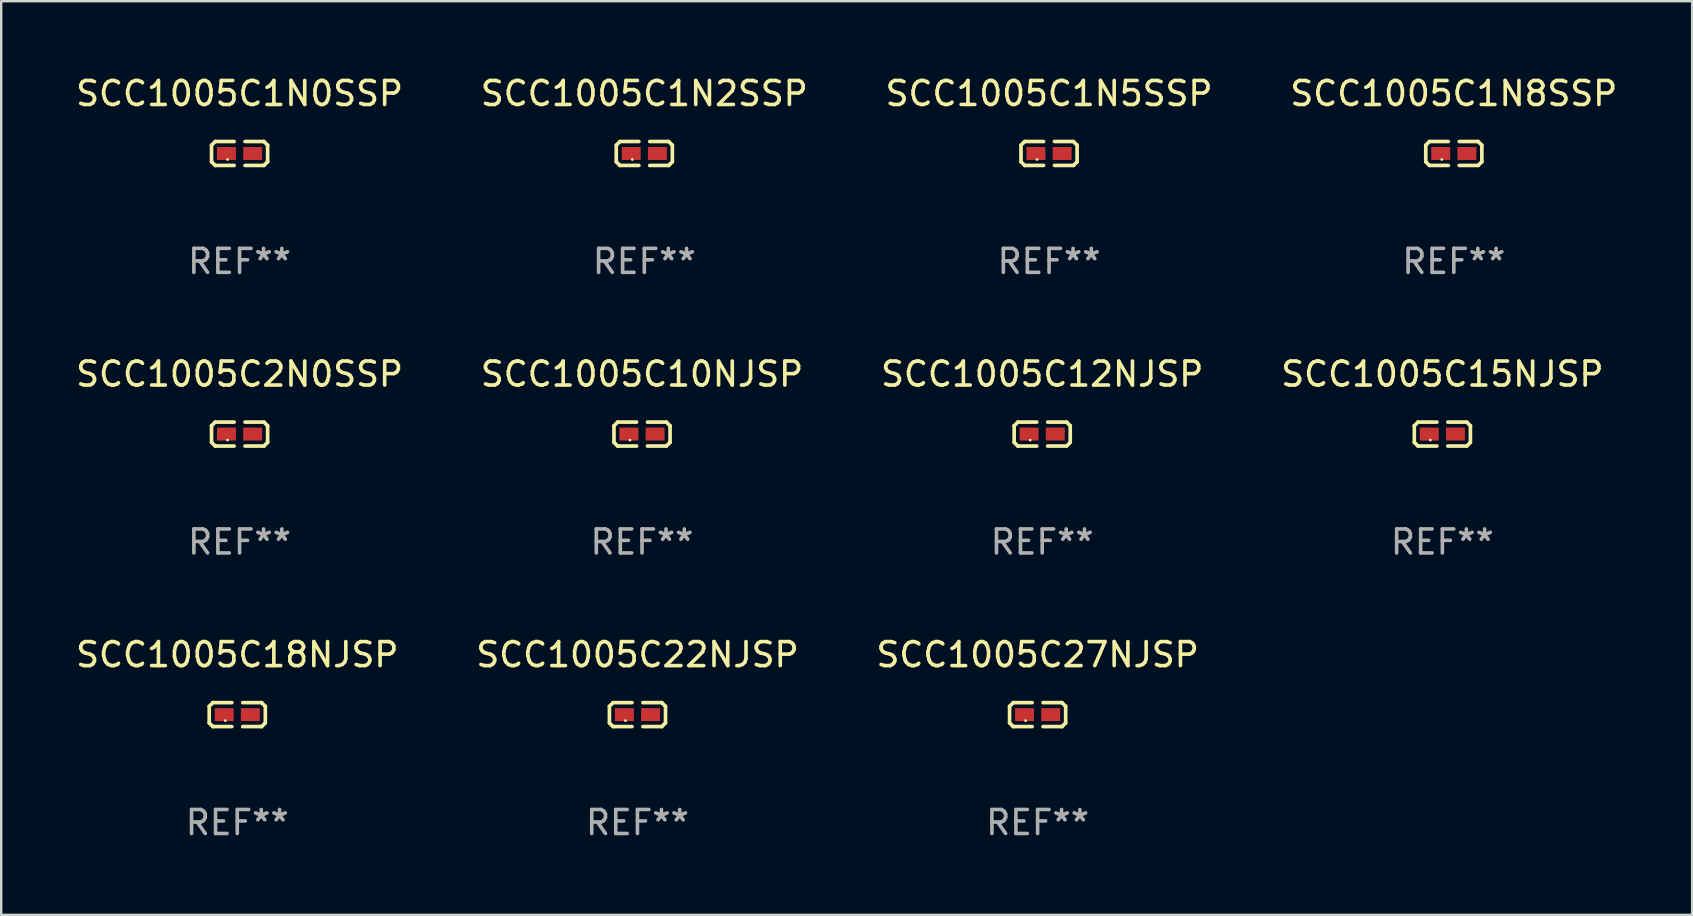
<source format=kicad_pcb>
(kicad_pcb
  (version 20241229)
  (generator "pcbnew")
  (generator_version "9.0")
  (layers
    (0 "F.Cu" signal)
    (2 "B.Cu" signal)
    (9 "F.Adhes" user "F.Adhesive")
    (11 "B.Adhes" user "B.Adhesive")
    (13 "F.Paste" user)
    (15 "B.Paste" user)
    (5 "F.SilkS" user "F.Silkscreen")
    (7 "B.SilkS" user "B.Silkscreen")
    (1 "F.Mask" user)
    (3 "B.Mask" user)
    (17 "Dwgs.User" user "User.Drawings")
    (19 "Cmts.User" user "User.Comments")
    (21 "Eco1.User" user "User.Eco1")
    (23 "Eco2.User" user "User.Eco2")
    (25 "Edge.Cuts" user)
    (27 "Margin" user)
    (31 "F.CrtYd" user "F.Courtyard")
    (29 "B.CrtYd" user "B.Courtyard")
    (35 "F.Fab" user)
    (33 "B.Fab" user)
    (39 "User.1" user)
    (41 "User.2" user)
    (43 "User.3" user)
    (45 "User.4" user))
  (footprint "SCC1005C10NJSP"
    (layer "F.Cu")
    (at 23.708 15.041)
    (property "Reference" "SCC1005C10NJSP" (at 0 -2.499 0) (layer "F.SilkS") (effects (font (size 1 1) (thickness 0.15))))
    (attr through_hole)
    (fp_line (start -1.169 -0.346) (end -1.016 -0.499) (stroke (width 0.152) (type solid)) (layer "F.SilkS"))
    (fp_line (start -1.169 0.346) (end -1.169 -0.346) (stroke (width 0.152) (type solid)) (layer "F.SilkS"))
    (fp_line (start -1.016 -0.499) (end -0.226 -0.499) (stroke (width 0.152) (type solid)) (layer "F.SilkS"))
    (fp_line (start -1.016 0.499) (end -1.169 0.346) (stroke (width 0.152) (type solid)) (layer "F.SilkS"))
    (fp_line (start -0.226 0.499) (end -1.016 0.499) (stroke (width 0.152) (type solid)) (layer "F.SilkS"))
    (fp_line (start 0.226 0.499) (end 1.016 0.499) (stroke (width 0.152) (type solid)) (layer "F.SilkS"))
    (fp_line (start 1.016 -0.499) (end 0.226 -0.499) (stroke (width 0.152) (type solid)) (layer "F.SilkS"))
    (fp_line (start 1.016 0.499) (end 1.169 0.346) (stroke (width 0.152) (type solid)) (layer "F.SilkS"))
    (fp_line (start 1.169 -0.346) (end 1.016 -0.499) (stroke (width 0.152) (type solid)) (layer "F.SilkS"))
    (fp_line (start 1.169 0.346) (end 1.169 -0.346) (stroke (width 0.152) (type solid)) (layer "F.SilkS"))
    (fp_circle (center -0.5 0.25) (end -0.47 0.25) (stroke (width 0.06) (type solid)) (fill no) (layer "F.SilkS"))
    (fp_text user "REF**" (at 0 4.499 0) (layer "F.Fab") (effects (font (size 1 1) (thickness 0.15))))
    (pad "1" smd rect (at -0.545 0) (size 0.79 0.54) (layers "F.Cu" "F.Mask" "F.Paste"))
    (pad "2" smd rect (at 0.545 0) (size 0.79 0.54) (layers "F.Cu" "F.Mask" "F.Paste")))
  (footprint "SCC1005C15NJSP"
    (layer "F.Cu")
    (at 57.065 15.041)
    (property "Reference" "SCC1005C15NJSP" (at 0 -2.499 0) (layer "F.SilkS") (effects (font (size 1 1) (thickness 0.15))))
    (attr through_hole)
    (fp_line (start -1.169 -0.346) (end -1.016 -0.499) (stroke (width 0.152) (type solid)) (layer "F.SilkS"))
    (fp_line (start -1.169 0.346) (end -1.169 -0.346) (stroke (width 0.152) (type solid)) (layer "F.SilkS"))
    (fp_line (start -1.016 -0.499) (end -0.226 -0.499) (stroke (width 0.152) (type solid)) (layer "F.SilkS"))
    (fp_line (start -1.016 0.499) (end -1.169 0.346) (stroke (width 0.152) (type solid)) (layer "F.SilkS"))
    (fp_line (start -0.226 0.499) (end -1.016 0.499) (stroke (width 0.152) (type solid)) (layer "F.SilkS"))
    (fp_line (start 0.226 0.499) (end 1.016 0.499) (stroke (width 0.152) (type solid)) (layer "F.SilkS"))
    (fp_line (start 1.016 -0.499) (end 0.226 -0.499) (stroke (width 0.152) (type solid)) (layer "F.SilkS"))
    (fp_line (start 1.016 0.499) (end 1.169 0.346) (stroke (width 0.152) (type solid)) (layer "F.SilkS"))
    (fp_line (start 1.169 -0.346) (end 1.016 -0.499) (stroke (width 0.152) (type solid)) (layer "F.SilkS"))
    (fp_line (start 1.169 0.346) (end 1.169 -0.346) (stroke (width 0.152) (type solid)) (layer "F.SilkS"))
    (fp_circle (center -0.5 0.25) (end -0.47 0.25) (stroke (width 0.06) (type solid)) (fill no) (layer "F.SilkS"))
    (fp_text user "REF**" (at 0 4.499 0) (layer "F.Fab") (effects (font (size 1 1) (thickness 0.15))))
    (pad "1" smd rect (at -0.545 0) (size 0.79 0.54) (layers "F.Cu" "F.Mask" "F.Paste"))
    (pad "2" smd rect (at 0.545 0) (size 0.79 0.54) (layers "F.Cu" "F.Mask" "F.Paste")))
  (footprint "SCC1005C1N0SSP"
    (layer "F.Cu")
    (at 6.935 3.347)
    (property "Reference" "SCC1005C1N0SSP" (at 0 -2.499 0) (layer "F.SilkS") (effects (font (size 1 1) (thickness 0.15))))
    (attr through_hole)
    (fp_line (start -1.169 -0.346) (end -1.016 -0.499) (stroke (width 0.152) (type solid)) (layer "F.SilkS"))
    (fp_line (start -1.169 0.346) (end -1.169 -0.346) (stroke (width 0.152) (type solid)) (layer "F.SilkS"))
    (fp_line (start -1.016 -0.499) (end -0.226 -0.499) (stroke (width 0.152) (type solid)) (layer "F.SilkS"))
    (fp_line (start -1.016 0.499) (end -1.169 0.346) (stroke (width 0.152) (type solid)) (layer "F.SilkS"))
    (fp_line (start -0.226 0.499) (end -1.016 0.499) (stroke (width 0.152) (type solid)) (layer "F.SilkS"))
    (fp_line (start 0.226 0.499) (end 1.016 0.499) (stroke (width 0.152) (type solid)) (layer "F.SilkS"))
    (fp_line (start 1.016 -0.499) (end 0.226 -0.499) (stroke (width 0.152) (type solid)) (layer "F.SilkS"))
    (fp_line (start 1.016 0.499) (end 1.169 0.346) (stroke (width 0.152) (type solid)) (layer "F.SilkS"))
    (fp_line (start 1.169 -0.346) (end 1.016 -0.499) (stroke (width 0.152) (type solid)) (layer "F.SilkS"))
    (fp_line (start 1.169 0.346) (end 1.169 -0.346) (stroke (width 0.152) (type solid)) (layer "F.SilkS"))
    (fp_circle (center -0.5 0.25) (end -0.47 0.25) (stroke (width 0.06) (type solid)) (fill no) (layer "F.SilkS"))
    (fp_text user "REF**" (at 0 4.499 0) (layer "F.Fab") (effects (font (size 1 1) (thickness 0.15))))
    (pad "1" smd rect (at -0.545 0) (size 0.79 0.54) (layers "F.Cu" "F.Mask" "F.Paste"))
    (pad "2" smd rect (at 0.545 0) (size 0.79 0.54) (layers "F.Cu" "F.Mask" "F.Paste")))
  (footprint "SCC1005C1N8SSP"
    (layer "F.Cu")
    (at 57.542 3.347)
    (property "Reference" "SCC1005C1N8SSP" (at 0 -2.499 0) (layer "F.SilkS") (effects (font (size 1 1) (thickness 0.15))))
    (attr through_hole)
    (fp_line (start -1.169 -0.346) (end -1.016 -0.499) (stroke (width 0.152) (type solid)) (layer "F.SilkS"))
    (fp_line (start -1.169 0.346) (end -1.169 -0.346) (stroke (width 0.152) (type solid)) (layer "F.SilkS"))
    (fp_line (start -1.016 -0.499) (end -0.226 -0.499) (stroke (width 0.152) (type solid)) (layer "F.SilkS"))
    (fp_line (start -1.016 0.499) (end -1.169 0.346) (stroke (width 0.152) (type solid)) (layer "F.SilkS"))
    (fp_line (start -0.226 0.499) (end -1.016 0.499) (stroke (width 0.152) (type solid)) (layer "F.SilkS"))
    (fp_line (start 0.226 0.499) (end 1.016 0.499) (stroke (width 0.152) (type solid)) (layer "F.SilkS"))
    (fp_line (start 1.016 -0.499) (end 0.226 -0.499) (stroke (width 0.152) (type solid)) (layer "F.SilkS"))
    (fp_line (start 1.016 0.499) (end 1.169 0.346) (stroke (width 0.152) (type solid)) (layer "F.SilkS"))
    (fp_line (start 1.169 -0.346) (end 1.016 -0.499) (stroke (width 0.152) (type solid)) (layer "F.SilkS"))
    (fp_line (start 1.169 0.346) (end 1.169 -0.346) (stroke (width 0.152) (type solid)) (layer "F.SilkS"))
    (fp_circle (center -0.5 0.25) (end -0.47 0.25) (stroke (width 0.06) (type solid)) (fill no) (layer "F.SilkS"))
    (fp_text user "REF**" (at 0 4.499 0) (layer "F.Fab") (effects (font (size 1 1) (thickness 0.15))))
    (pad "1" smd rect (at -0.545 0) (size 0.79 0.54) (layers "F.Cu" "F.Mask" "F.Paste"))
    (pad "2" smd rect (at 0.545 0) (size 0.79 0.54) (layers "F.Cu" "F.Mask" "F.Paste")))
  (footprint "SCC1005C1N5SSP"
    (layer "F.Cu")
    (at 40.673 3.347)
    (property "Reference" "SCC1005C1N5SSP" (at 0 -2.499 0) (layer "F.SilkS") (effects (font (size 1 1) (thickness 0.15))))
    (attr through_hole)
    (fp_line (start -1.169 -0.346) (end -1.016 -0.499) (stroke (width 0.152) (type solid)) (layer "F.SilkS"))
    (fp_line (start -1.169 0.346) (end -1.169 -0.346) (stroke (width 0.152) (type solid)) (layer "F.SilkS"))
    (fp_line (start -1.016 -0.499) (end -0.226 -0.499) (stroke (width 0.152) (type solid)) (layer "F.SilkS"))
    (fp_line (start -1.016 0.499) (end -1.169 0.346) (stroke (width 0.152) (type solid)) (layer "F.SilkS"))
    (fp_line (start -0.226 0.499) (end -1.016 0.499) (stroke (width 0.152) (type solid)) (layer "F.SilkS"))
    (fp_line (start 0.226 0.499) (end 1.016 0.499) (stroke (width 0.152) (type solid)) (layer "F.SilkS"))
    (fp_line (start 1.016 -0.499) (end 0.226 -0.499) (stroke (width 0.152) (type solid)) (layer "F.SilkS"))
    (fp_line (start 1.016 0.499) (end 1.169 0.346) (stroke (width 0.152) (type solid)) (layer "F.SilkS"))
    (fp_line (start 1.169 -0.346) (end 1.016 -0.499) (stroke (width 0.152) (type solid)) (layer "F.SilkS"))
    (fp_line (start 1.169 0.346) (end 1.169 -0.346) (stroke (width 0.152) (type solid)) (layer "F.SilkS"))
    (fp_circle (center -0.5 0.25) (end -0.47 0.25) (stroke (width 0.06) (type solid)) (fill no) (layer "F.SilkS"))
    (fp_text user "REF**" (at 0 4.499 0) (layer "F.Fab") (effects (font (size 1 1) (thickness 0.15))))
    (pad "1" smd rect (at -0.545 0) (size 0.79 0.54) (layers "F.Cu" "F.Mask" "F.Paste"))
    (pad "2" smd rect (at 0.545 0) (size 0.79 0.54) (layers "F.Cu" "F.Mask" "F.Paste")))
  (footprint "SCC1005C18NJSP"
    (layer "F.Cu")
    (at 6.839 26.734)
    (property "Reference" "SCC1005C18NJSP" (at 0 -2.499 0) (layer "F.SilkS") (effects (font (size 1 1) (thickness 0.15))))
    (attr through_hole)
    (fp_line (start -1.169 -0.346) (end -1.016 -0.499) (stroke (width 0.152) (type solid)) (layer "F.SilkS"))
    (fp_line (start -1.169 0.346) (end -1.169 -0.346) (stroke (width 0.152) (type solid)) (layer "F.SilkS"))
    (fp_line (start -1.016 -0.499) (end -0.226 -0.499) (stroke (width 0.152) (type solid)) (layer "F.SilkS"))
    (fp_line (start -1.016 0.499) (end -1.169 0.346) (stroke (width 0.152) (type solid)) (layer "F.SilkS"))
    (fp_line (start -0.226 0.499) (end -1.016 0.499) (stroke (width 0.152) (type solid)) (layer "F.SilkS"))
    (fp_line (start 0.226 0.499) (end 1.016 0.499) (stroke (width 0.152) (type solid)) (layer "F.SilkS"))
    (fp_line (start 1.016 -0.499) (end 0.226 -0.499) (stroke (width 0.152) (type solid)) (layer "F.SilkS"))
    (fp_line (start 1.016 0.499) (end 1.169 0.346) (stroke (width 0.152) (type solid)) (layer "F.SilkS"))
    (fp_line (start 1.169 -0.346) (end 1.016 -0.499) (stroke (width 0.152) (type solid)) (layer "F.SilkS"))
    (fp_line (start 1.169 0.346) (end 1.169 -0.346) (stroke (width 0.152) (type solid)) (layer "F.SilkS"))
    (fp_circle (center -0.5 0.25) (end -0.47 0.25) (stroke (width 0.06) (type solid)) (fill no) (layer "F.SilkS"))
    (fp_text user "REF**" (at 0 4.499 0) (layer "F.Fab") (effects (font (size 1 1) (thickness 0.15))))
    (pad "1" smd rect (at -0.545 0) (size 0.79 0.54) (layers "F.Cu" "F.Mask" "F.Paste"))
    (pad "2" smd rect (at 0.545 0) (size 0.79 0.54) (layers "F.Cu" "F.Mask" "F.Paste")))
  (footprint "SCC1005C12NJSP"
    (layer "F.Cu")
    (at 40.387 15.041)
    (property "Reference" "SCC1005C12NJSP" (at 0 -2.499 0) (layer "F.SilkS") (effects (font (size 1 1) (thickness 0.15))))
    (attr through_hole)
    (fp_line (start -1.169 -0.346) (end -1.016 -0.499) (stroke (width 0.152) (type solid)) (layer "F.SilkS"))
    (fp_line (start -1.169 0.346) (end -1.169 -0.346) (stroke (width 0.152) (type solid)) (layer "F.SilkS"))
    (fp_line (start -1.016 -0.499) (end -0.226 -0.499) (stroke (width 0.152) (type solid)) (layer "F.SilkS"))
    (fp_line (start -1.016 0.499) (end -1.169 0.346) (stroke (width 0.152) (type solid)) (layer "F.SilkS"))
    (fp_line (start -0.226 0.499) (end -1.016 0.499) (stroke (width 0.152) (type solid)) (layer "F.SilkS"))
    (fp_line (start 0.226 0.499) (end 1.016 0.499) (stroke (width 0.152) (type solid)) (layer "F.SilkS"))
    (fp_line (start 1.016 -0.499) (end 0.226 -0.499) (stroke (width 0.152) (type solid)) (layer "F.SilkS"))
    (fp_line (start 1.016 0.499) (end 1.169 0.346) (stroke (width 0.152) (type solid)) (layer "F.SilkS"))
    (fp_line (start 1.169 -0.346) (end 1.016 -0.499) (stroke (width 0.152) (type solid)) (layer "F.SilkS"))
    (fp_line (start 1.169 0.346) (end 1.169 -0.346) (stroke (width 0.152) (type solid)) (layer "F.SilkS"))
    (fp_circle (center -0.5 0.25) (end -0.47 0.25) (stroke (width 0.06) (type solid)) (fill no) (layer "F.SilkS"))
    (fp_text user "REF**" (at 0 4.499 0) (layer "F.Fab") (effects (font (size 1 1) (thickness 0.15))))
    (pad "1" smd rect (at -0.545 0) (size 0.79 0.54) (layers "F.Cu" "F.Mask" "F.Paste"))
    (pad "2" smd rect (at 0.545 0) (size 0.79 0.54) (layers "F.Cu" "F.Mask" "F.Paste")))
  (footprint "SCC1005C27NJSP"
    (layer "F.Cu")
    (at 40.196 26.734)
    (property "Reference" "SCC1005C27NJSP" (at 0 -2.499 0) (layer "F.SilkS") (effects (font (size 1 1) (thickness 0.15))))
    (attr through_hole)
    (fp_line (start -1.169 -0.346) (end -1.016 -0.499) (stroke (width 0.152) (type solid)) (layer "F.SilkS"))
    (fp_line (start -1.169 0.346) (end -1.169 -0.346) (stroke (width 0.152) (type solid)) (layer "F.SilkS"))
    (fp_line (start -1.016 -0.499) (end -0.226 -0.499) (stroke (width 0.152) (type solid)) (layer "F.SilkS"))
    (fp_line (start -1.016 0.499) (end -1.169 0.346) (stroke (width 0.152) (type solid)) (layer "F.SilkS"))
    (fp_line (start -0.226 0.499) (end -1.016 0.499) (stroke (width 0.152) (type solid)) (layer "F.SilkS"))
    (fp_line (start 0.226 0.499) (end 1.016 0.499) (stroke (width 0.152) (type solid)) (layer "F.SilkS"))
    (fp_line (start 1.016 -0.499) (end 0.226 -0.499) (stroke (width 0.152) (type solid)) (layer "F.SilkS"))
    (fp_line (start 1.016 0.499) (end 1.169 0.346) (stroke (width 0.152) (type solid)) (layer "F.SilkS"))
    (fp_line (start 1.169 -0.346) (end 1.016 -0.499) (stroke (width 0.152) (type solid)) (layer "F.SilkS"))
    (fp_line (start 1.169 0.346) (end 1.169 -0.346) (stroke (width 0.152) (type solid)) (layer "F.SilkS"))
    (fp_circle (center -0.5 0.25) (end -0.47 0.25) (stroke (width 0.06) (type solid)) (fill no) (layer "F.SilkS"))
    (fp_text user "REF**" (at 0 4.499 0) (layer "F.Fab") (effects (font (size 1 1) (thickness 0.15))))
    (pad "1" smd rect (at -0.545 0) (size 0.79 0.54) (layers "F.Cu" "F.Mask" "F.Paste"))
    (pad "2" smd rect (at 0.545 0) (size 0.79 0.54) (layers "F.Cu" "F.Mask" "F.Paste")))
  (footprint "SCC1005C22NJSP"
    (layer "F.Cu")
    (at 23.518 26.734)
    (property "Reference" "SCC1005C22NJSP" (at 0 -2.499 0) (layer "F.SilkS") (effects (font (size 1 1) (thickness 0.15))))
    (attr through_hole)
    (fp_line (start -1.169 -0.346) (end -1.016 -0.499) (stroke (width 0.152) (type solid)) (layer "F.SilkS"))
    (fp_line (start -1.169 0.346) (end -1.169 -0.346) (stroke (width 0.152) (type solid)) (layer "F.SilkS"))
    (fp_line (start -1.016 -0.499) (end -0.226 -0.499) (stroke (width 0.152) (type solid)) (layer "F.SilkS"))
    (fp_line (start -1.016 0.499) (end -1.169 0.346) (stroke (width 0.152) (type solid)) (layer "F.SilkS"))
    (fp_line (start -0.226 0.499) (end -1.016 0.499) (stroke (width 0.152) (type solid)) (layer "F.SilkS"))
    (fp_line (start 0.226 0.499) (end 1.016 0.499) (stroke (width 0.152) (type solid)) (layer "F.SilkS"))
    (fp_line (start 1.016 -0.499) (end 0.226 -0.499) (stroke (width 0.152) (type solid)) (layer "F.SilkS"))
    (fp_line (start 1.016 0.499) (end 1.169 0.346) (stroke (width 0.152) (type solid)) (layer "F.SilkS"))
    (fp_line (start 1.169 -0.346) (end 1.016 -0.499) (stroke (width 0.152) (type solid)) (layer "F.SilkS"))
    (fp_line (start 1.169 0.346) (end 1.169 -0.346) (stroke (width 0.152) (type solid)) (layer "F.SilkS"))
    (fp_circle (center -0.5 0.25) (end -0.47 0.25) (stroke (width 0.06) (type solid)) (fill no) (layer "F.SilkS"))
    (fp_text user "REF**" (at 0 4.499 0) (layer "F.Fab") (effects (font (size 1 1) (thickness 0.15))))
    (pad "1" smd rect (at -0.545 0) (size 0.79 0.54) (layers "F.Cu" "F.Mask" "F.Paste"))
    (pad "2" smd rect (at 0.545 0) (size 0.79 0.54) (layers "F.Cu" "F.Mask" "F.Paste")))
  (footprint "SCC1005C2N0SSP"
    (layer "F.Cu")
    (at 6.935 15.041)
    (property "Reference" "SCC1005C2N0SSP" (at 0 -2.499 0) (layer "F.SilkS") (effects (font (size 1 1) (thickness 0.15))))
    (attr through_hole)
    (fp_line (start -1.169 -0.346) (end -1.016 -0.499) (stroke (width 0.152) (type solid)) (layer "F.SilkS"))
    (fp_line (start -1.169 0.346) (end -1.169 -0.346) (stroke (width 0.152) (type solid)) (layer "F.SilkS"))
    (fp_line (start -1.016 -0.499) (end -0.226 -0.499) (stroke (width 0.152) (type solid)) (layer "F.SilkS"))
    (fp_line (start -1.016 0.499) (end -1.169 0.346) (stroke (width 0.152) (type solid)) (layer "F.SilkS"))
    (fp_line (start -0.226 0.499) (end -1.016 0.499) (stroke (width 0.152) (type solid)) (layer "F.SilkS"))
    (fp_line (start 0.226 0.499) (end 1.016 0.499) (stroke (width 0.152) (type solid)) (layer "F.SilkS"))
    (fp_line (start 1.016 -0.499) (end 0.226 -0.499) (stroke (width 0.152) (type solid)) (layer "F.SilkS"))
    (fp_line (start 1.016 0.499) (end 1.169 0.346) (stroke (width 0.152) (type solid)) (layer "F.SilkS"))
    (fp_line (start 1.169 -0.346) (end 1.016 -0.499) (stroke (width 0.152) (type solid)) (layer "F.SilkS"))
    (fp_line (start 1.169 0.346) (end 1.169 -0.346) (stroke (width 0.152) (type solid)) (layer "F.SilkS"))
    (fp_circle (center -0.5 0.25) (end -0.47 0.25) (stroke (width 0.06) (type solid)) (fill no) (layer "F.SilkS"))
    (fp_text user "REF**" (at 0 4.499 0) (layer "F.Fab") (effects (font (size 1 1) (thickness 0.15))))
    (pad "1" smd rect (at -0.545 0) (size 0.79 0.54) (layers "F.Cu" "F.Mask" "F.Paste"))
    (pad "2" smd rect (at 0.545 0) (size 0.79 0.54) (layers "F.Cu" "F.Mask" "F.Paste")))
  (footprint "SCC1005C1N2SSP"
    (layer "F.Cu")
    (at 23.804 3.347)
    (property "Reference" "SCC1005C1N2SSP" (at 0 -2.499 0) (layer "F.SilkS") (effects (font (size 1 1) (thickness 0.15))))
    (attr through_hole)
    (fp_line (start -1.169 -0.346) (end -1.016 -0.499) (stroke (width 0.152) (type solid)) (layer "F.SilkS"))
    (fp_line (start -1.169 0.346) (end -1.169 -0.346) (stroke (width 0.152) (type solid)) (layer "F.SilkS"))
    (fp_line (start -1.016 -0.499) (end -0.226 -0.499) (stroke (width 0.152) (type solid)) (layer "F.SilkS"))
    (fp_line (start -1.016 0.499) (end -1.169 0.346) (stroke (width 0.152) (type solid)) (layer "F.SilkS"))
    (fp_line (start -0.226 0.499) (end -1.016 0.499) (stroke (width 0.152) (type solid)) (layer "F.SilkS"))
    (fp_line (start 0.226 0.499) (end 1.016 0.499) (stroke (width 0.152) (type solid)) (layer "F.SilkS"))
    (fp_line (start 1.016 -0.499) (end 0.226 -0.499) (stroke (width 0.152) (type solid)) (layer "F.SilkS"))
    (fp_line (start 1.016 0.499) (end 1.169 0.346) (stroke (width 0.152) (type solid)) (layer "F.SilkS"))
    (fp_line (start 1.169 -0.346) (end 1.016 -0.499) (stroke (width 0.152) (type solid)) (layer "F.SilkS"))
    (fp_line (start 1.169 0.346) (end 1.169 -0.346) (stroke (width 0.152) (type solid)) (layer "F.SilkS"))
    (fp_circle (center -0.5 0.25) (end -0.47 0.25) (stroke (width 0.06) (type solid)) (fill no) (layer "F.SilkS"))
    (fp_text user "REF**" (at 0 4.499 0) (layer "F.Fab") (effects (font (size 1 1) (thickness 0.15))))
    (pad "1" smd rect (at -0.545 0) (size 0.79 0.54) (layers "F.Cu" "F.Mask" "F.Paste"))
    (pad "2" smd rect (at 0.545 0) (size 0.79 0.54) (layers "F.Cu" "F.Mask" "F.Paste")))
  (gr_rect
    (start -3 -3)
    (end 67.476 35.081)
    (stroke (width 0.1) (type default))
    (fill no)
    (layer "Edge.Cuts")))
</source>
